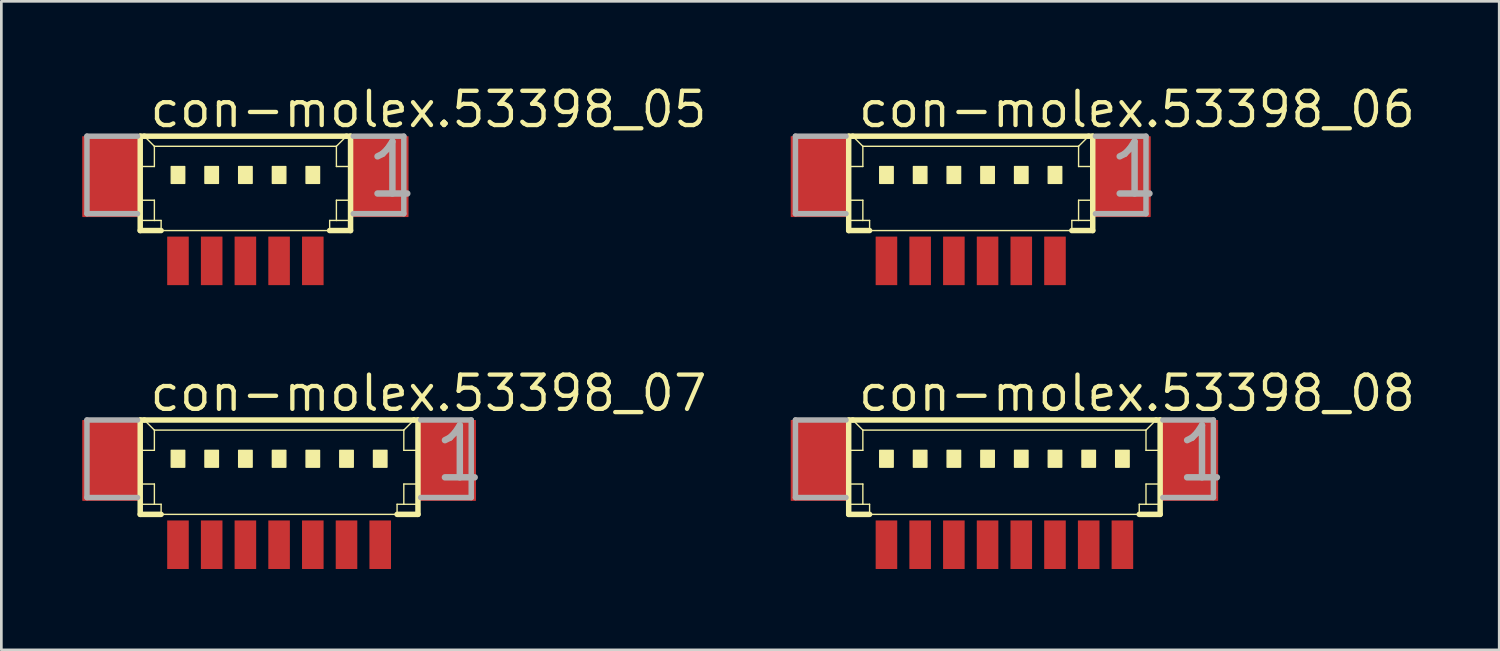
<source format=kicad_pcb>
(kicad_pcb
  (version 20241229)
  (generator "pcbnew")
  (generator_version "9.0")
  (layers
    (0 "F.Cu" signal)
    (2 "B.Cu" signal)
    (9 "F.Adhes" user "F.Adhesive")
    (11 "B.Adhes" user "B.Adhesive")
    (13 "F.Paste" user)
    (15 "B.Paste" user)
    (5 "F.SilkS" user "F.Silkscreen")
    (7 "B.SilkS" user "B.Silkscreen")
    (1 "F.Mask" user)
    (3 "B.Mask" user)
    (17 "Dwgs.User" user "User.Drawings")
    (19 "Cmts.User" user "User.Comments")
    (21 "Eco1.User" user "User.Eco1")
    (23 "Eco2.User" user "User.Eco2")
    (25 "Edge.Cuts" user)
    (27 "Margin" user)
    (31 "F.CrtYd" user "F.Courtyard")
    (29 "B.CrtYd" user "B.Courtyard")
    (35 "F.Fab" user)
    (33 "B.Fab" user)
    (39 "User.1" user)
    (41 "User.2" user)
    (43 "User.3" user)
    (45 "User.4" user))
  (footprint "con-molex.53398_06"
    (layer "F.Cu")
    (at 32.948 4.125)
    (property "Reference" "con-molex.53398_06" (at -4.25 -2.375 0) (layer "F.SilkS") (effects (font (size 1.27 1.27) (thickness 0.16)) (justify left bottom)))
    (attr smd)
    (fp_line (start -4.525 -2.125) (end -4.525 1.375) (stroke (width 0.203) (type default)) (layer "F.SilkS"))
    (fp_line (start -4.525 1.375) (end -3.75 1.375) (stroke (width 0.203) (type default)) (layer "F.SilkS"))
    (fp_line (start -4.5 -1) (end -4 -1) (stroke (width 0.051) (type default)) (layer "F.SilkS"))
    (fp_line (start -4.5 0.25) (end -4 0.25) (stroke (width 0.051) (type default)) (layer "F.SilkS"))
    (fp_line (start -4.5 1) (end -4 1) (stroke (width 0.051) (type default)) (layer "F.SilkS"))
    (fp_line (start -4.375 -2.125) (end -4.525 -2.125) (stroke (width 0.203) (type default)) (layer "F.SilkS"))
    (fp_line (start -4 -1.75) (end -4.375 -2.125) (stroke (width 0.051) (type default)) (layer "F.SilkS"))
    (fp_line (start -4 -1.75) (end 4 -1.75) (stroke (width 0.051) (type default)) (layer "F.SilkS"))
    (fp_line (start -4 -1) (end -4 -1.75) (stroke (width 0.051) (type default)) (layer "F.SilkS"))
    (fp_line (start -4 0.25) (end -4 1) (stroke (width 0.051) (type default)) (layer "F.SilkS"))
    (fp_line (start -4 1) (end -3.75 1) (stroke (width 0.051) (type default)) (layer "F.SilkS"))
    (fp_line (start -3.75 1) (end -3.75 1.375) (stroke (width 0.051) (type default)) (layer "F.SilkS"))
    (fp_line (start -3.75 1.375) (end 3.75 1.375) (stroke (width 0.051) (type default)) (layer "F.SilkS"))
    (fp_line (start 3.75 1) (end 3.75 1.375) (stroke (width 0.051) (type default)) (layer "F.SilkS"))
    (fp_line (start 3.75 1) (end 4 1) (stroke (width 0.051) (type default)) (layer "F.SilkS"))
    (fp_line (start 3.75 1.375) (end 4.525 1.375) (stroke (width 0.203) (type default)) (layer "F.SilkS"))
    (fp_line (start 4 -1.75) (end 4 -1) (stroke (width 0.051) (type default)) (layer "F.SilkS"))
    (fp_line (start 4 -1.75) (end 4.375 -2.125) (stroke (width 0.051) (type default)) (layer "F.SilkS"))
    (fp_line (start 4 -1) (end 4.5 -1) (stroke (width 0.051) (type default)) (layer "F.SilkS"))
    (fp_line (start 4 0.25) (end 4 1) (stroke (width 0.051) (type default)) (layer "F.SilkS"))
    (fp_line (start 4 0.25) (end 4.5 0.25) (stroke (width 0.051) (type default)) (layer "F.SilkS"))
    (fp_line (start 4 1) (end 4.5 1) (stroke (width 0.051) (type default)) (layer "F.SilkS"))
    (fp_line (start 4.375 -2.125) (end -4.375 -2.125) (stroke (width 0.203) (type default)) (layer "F.SilkS"))
    (fp_line (start 4.525 -2.125) (end 4.375 -2.125) (stroke (width 0.203) (type default)) (layer "F.SilkS"))
    (fp_line (start 4.525 1.375) (end 4.525 -2.125) (stroke (width 0.203) (type default)) (layer "F.SilkS"))
    (fp_rect (start -3.375 -0.375) (end -2.875 -1) (stroke (width 0.05) (type default)) (fill yes) (layer "F.SilkS"))
    (fp_rect (start -2.125 -0.375) (end -1.625 -1) (stroke (width 0.05) (type default)) (fill yes) (layer "F.SilkS"))
    (fp_rect (start -0.875 -0.375) (end -0.375 -1) (stroke (width 0.05) (type default)) (fill yes) (layer "F.SilkS"))
    (fp_rect (start 0.375 -0.375) (end 0.875 -1) (stroke (width 0.05) (type default)) (fill yes) (layer "F.SilkS"))
    (fp_rect (start 1.625 -0.375) (end 2.125 -1) (stroke (width 0.05) (type default)) (fill yes) (layer "F.SilkS"))
    (fp_rect (start 2.875 -0.375) (end 3.375 -1) (stroke (width 0.05) (type default)) (fill yes) (layer "F.SilkS"))
    (fp_line (start -6.5 -2.125) (end -6.5 0.75) (stroke (width 0.203) (type default)) (layer "F.Fab"))
    (fp_line (start -6.5 0.75) (end -4.625 0.75) (stroke (width 0.203) (type default)) (layer "F.Fab"))
    (fp_line (start -4.625 -2.125) (end -6.5 -2.125) (stroke (width 0.203) (type default)) (layer "F.Fab"))
    (fp_line (start 4.625 0.75) (end 6.5 0.75) (stroke (width 0.203) (type default)) (layer "F.Fab"))
    (fp_line (start 6.5 -2.125) (end 4.625 -2.125) (stroke (width 0.203) (type default)) (layer "F.Fab"))
    (fp_line (start 6.5 0.75) (end 6.5 -2.125) (stroke (width 0.203) (type default)) (layer "F.Fab"))
    (fp_text user "1" (at 5 0.25 0) (layer "F.Fab") (effects (font (size 1.93 1.93) (thickness 0.24)) (justify left bottom)))
    (pad "1" smd roundrect (at 3.125 2.5) (size 0.8 1.8) (layers "F.Cu" "F.Mask" "F.Paste") (roundrect_rratio 0.01))
    (pad "2" smd roundrect (at 1.875 2.5) (size 0.8 1.8) (layers "F.Cu" "F.Mask" "F.Paste") (roundrect_rratio 0.01))
    (pad "3" smd roundrect (at 0.625 2.5) (size 0.8 1.8) (layers "F.Cu" "F.Mask" "F.Paste") (roundrect_rratio 0.01))
    (pad "4" smd roundrect (at -0.625 2.5) (size 0.8 1.8) (layers "F.Cu" "F.Mask" "F.Paste") (roundrect_rratio 0.01))
    (pad "5" smd roundrect (at -1.875 2.5) (size 0.8 1.8) (layers "F.Cu" "F.Mask" "F.Paste") (roundrect_rratio 0.01))
    (pad "6" smd roundrect (at -3.125 2.5) (size 0.8 1.8) (layers "F.Cu" "F.Mask" "F.Paste") (roundrect_rratio 0.01))
    (pad "S1" smd roundrect (at 5.625 -0.625) (size 2.1 3) (layers "F.Cu" "F.Mask" "F.Paste") (roundrect_rratio 0.01))
    (pad "S2" smd roundrect (at -5.625 -0.625) (size 2.1 3) (layers "F.Cu" "F.Mask" "F.Paste") (roundrect_rratio 0.01)))
  (footprint "con-molex.53398_07"
    (layer "F.Cu")
    (at 7.3 14.65)
    (property "Reference" "con-molex.53398_07" (at -4.875 -2.375 0) (layer "F.SilkS") (effects (font (size 1.27 1.27) (thickness 0.16)) (justify left bottom)))
    (attr smd)
    (fp_line (start -5.15 -2.125) (end -5.15 1.375) (stroke (width 0.203) (type default)) (layer "F.SilkS"))
    (fp_line (start -5.15 1.375) (end -4.375 1.375) (stroke (width 0.203) (type default)) (layer "F.SilkS"))
    (fp_line (start -5.125 -1) (end -4.625 -1) (stroke (width 0.051) (type default)) (layer "F.SilkS"))
    (fp_line (start -5.125 0.25) (end -4.625 0.25) (stroke (width 0.051) (type default)) (layer "F.SilkS"))
    (fp_line (start -5.125 1) (end -4.625 1) (stroke (width 0.051) (type default)) (layer "F.SilkS"))
    (fp_line (start -5 -2.125) (end -5.15 -2.125) (stroke (width 0.203) (type default)) (layer "F.SilkS"))
    (fp_line (start -4.625 -1.75) (end -5 -2.125) (stroke (width 0.051) (type default)) (layer "F.SilkS"))
    (fp_line (start -4.625 -1.75) (end 4.625 -1.75) (stroke (width 0.051) (type default)) (layer "F.SilkS"))
    (fp_line (start -4.625 -1) (end -4.625 -1.75) (stroke (width 0.051) (type default)) (layer "F.SilkS"))
    (fp_line (start -4.625 0.25) (end -4.625 1) (stroke (width 0.051) (type default)) (layer "F.SilkS"))
    (fp_line (start -4.625 1) (end -4.375 1) (stroke (width 0.051) (type default)) (layer "F.SilkS"))
    (fp_line (start -4.375 1) (end -4.375 1.375) (stroke (width 0.051) (type default)) (layer "F.SilkS"))
    (fp_line (start -4.375 1.375) (end 4.375 1.375) (stroke (width 0.051) (type default)) (layer "F.SilkS"))
    (fp_line (start 4.375 1) (end 4.375 1.375) (stroke (width 0.051) (type default)) (layer "F.SilkS"))
    (fp_line (start 4.375 1) (end 4.625 1) (stroke (width 0.051) (type default)) (layer "F.SilkS"))
    (fp_line (start 4.375 1.375) (end 5.15 1.375) (stroke (width 0.203) (type default)) (layer "F.SilkS"))
    (fp_line (start 4.625 -1.75) (end 4.625 -1) (stroke (width 0.051) (type default)) (layer "F.SilkS"))
    (fp_line (start 4.625 -1.75) (end 5 -2.125) (stroke (width 0.051) (type default)) (layer "F.SilkS"))
    (fp_line (start 4.625 -1) (end 5.125 -1) (stroke (width 0.051) (type default)) (layer "F.SilkS"))
    (fp_line (start 4.625 0.25) (end 4.625 1) (stroke (width 0.051) (type default)) (layer "F.SilkS"))
    (fp_line (start 4.625 0.25) (end 5.125 0.25) (stroke (width 0.051) (type default)) (layer "F.SilkS"))
    (fp_line (start 4.625 1) (end 5.125 1) (stroke (width 0.051) (type default)) (layer "F.SilkS"))
    (fp_line (start 5 -2.125) (end -5 -2.125) (stroke (width 0.203) (type default)) (layer "F.SilkS"))
    (fp_line (start 5.15 -2.125) (end 5 -2.125) (stroke (width 0.203) (type default)) (layer "F.SilkS"))
    (fp_line (start 5.15 1.375) (end 5.15 -2.125) (stroke (width 0.203) (type default)) (layer "F.SilkS"))
    (fp_rect (start -4 -0.375) (end -3.5 -1) (stroke (width 0.05) (type default)) (fill yes) (layer "F.SilkS"))
    (fp_rect (start -2.75 -0.375) (end -2.25 -1) (stroke (width 0.05) (type default)) (fill yes) (layer "F.SilkS"))
    (fp_rect (start -1.5 -0.375) (end -1 -1) (stroke (width 0.05) (type default)) (fill yes) (layer "F.SilkS"))
    (fp_rect (start -0.25 -0.375) (end 0.25 -1) (stroke (width 0.05) (type default)) (fill yes) (layer "F.SilkS"))
    (fp_rect (start 1 -0.375) (end 1.5 -1) (stroke (width 0.05) (type default)) (fill yes) (layer "F.SilkS"))
    (fp_rect (start 2.25 -0.375) (end 2.75 -1) (stroke (width 0.05) (type default)) (fill yes) (layer "F.SilkS"))
    (fp_rect (start 3.5 -0.375) (end 4 -1) (stroke (width 0.05) (type default)) (fill yes) (layer "F.SilkS"))
    (fp_line (start -7.125 -2.125) (end -7.125 0.75) (stroke (width 0.203) (type default)) (layer "F.Fab"))
    (fp_line (start -7.125 0.75) (end -5.25 0.75) (stroke (width 0.203) (type default)) (layer "F.Fab"))
    (fp_line (start -5.25 -2.125) (end -7.125 -2.125) (stroke (width 0.203) (type default)) (layer "F.Fab"))
    (fp_line (start 5.25 0.75) (end 7.125 0.75) (stroke (width 0.203) (type default)) (layer "F.Fab"))
    (fp_line (start 7.125 -2.125) (end 5.25 -2.125) (stroke (width 0.203) (type default)) (layer "F.Fab"))
    (fp_line (start 7.125 0.75) (end 7.125 -2.125) (stroke (width 0.203) (type default)) (layer "F.Fab"))
    (fp_text user "1" (at 5.625 0.25 0) (layer "F.Fab") (effects (font (size 1.93 1.93) (thickness 0.24)) (justify left bottom)))
    (pad "1" smd roundrect (at 3.75 2.5) (size 0.8 1.8) (layers "F.Cu" "F.Mask" "F.Paste") (roundrect_rratio 0.01))
    (pad "2" smd roundrect (at 2.5 2.5) (size 0.8 1.8) (layers "F.Cu" "F.Mask" "F.Paste") (roundrect_rratio 0.01))
    (pad "3" smd roundrect (at 1.25 2.5) (size 0.8 1.8) (layers "F.Cu" "F.Mask" "F.Paste") (roundrect_rratio 0.01))
    (pad "4" smd roundrect (at 0 2.5) (size 0.8 1.8) (layers "F.Cu" "F.Mask" "F.Paste") (roundrect_rratio 0.01))
    (pad "5" smd roundrect (at -1.25 2.5) (size 0.8 1.8) (layers "F.Cu" "F.Mask" "F.Paste") (roundrect_rratio 0.01))
    (pad "6" smd roundrect (at -2.5 2.5) (size 0.8 1.8) (layers "F.Cu" "F.Mask" "F.Paste") (roundrect_rratio 0.01))
    (pad "7" smd roundrect (at -3.75 2.5) (size 0.8 1.8) (layers "F.Cu" "F.Mask" "F.Paste") (roundrect_rratio 0.01))
    (pad "S1" smd roundrect (at 6.25 -0.625) (size 2.1 3) (layers "F.Cu" "F.Mask" "F.Paste") (roundrect_rratio 0.01))
    (pad "S2" smd roundrect (at -6.25 -0.625) (size 2.1 3) (layers "F.Cu" "F.Mask" "F.Paste") (roundrect_rratio 0.01)))
  (footprint "con-molex.53398_05"
    (layer "F.Cu")
    (at 6.05 4.125)
    (property "Reference" "con-molex.53398_05" (at -3.625 -2.375 0) (layer "F.SilkS") (effects (font (size 1.27 1.27) (thickness 0.16)) (justify left bottom)))
    (attr smd)
    (fp_line (start -3.9 -2.125) (end -3.9 1.375) (stroke (width 0.203) (type default)) (layer "F.SilkS"))
    (fp_line (start -3.9 1.375) (end -3.125 1.375) (stroke (width 0.203) (type default)) (layer "F.SilkS"))
    (fp_line (start -3.875 -1) (end -3.375 -1) (stroke (width 0.051) (type default)) (layer "F.SilkS"))
    (fp_line (start -3.875 0.25) (end -3.375 0.25) (stroke (width 0.051) (type default)) (layer "F.SilkS"))
    (fp_line (start -3.875 1) (end -3.375 1) (stroke (width 0.051) (type default)) (layer "F.SilkS"))
    (fp_line (start -3.75 -2.125) (end -3.9 -2.125) (stroke (width 0.203) (type default)) (layer "F.SilkS"))
    (fp_line (start -3.375 -1.75) (end -3.75 -2.125) (stroke (width 0.051) (type default)) (layer "F.SilkS"))
    (fp_line (start -3.375 -1.75) (end 3.375 -1.75) (stroke (width 0.051) (type default)) (layer "F.SilkS"))
    (fp_line (start -3.375 -1) (end -3.375 -1.75) (stroke (width 0.051) (type default)) (layer "F.SilkS"))
    (fp_line (start -3.375 0.25) (end -3.375 1) (stroke (width 0.051) (type default)) (layer "F.SilkS"))
    (fp_line (start -3.375 1) (end -3.125 1) (stroke (width 0.051) (type default)) (layer "F.SilkS"))
    (fp_line (start -3.125 1) (end -3.125 1.375) (stroke (width 0.051) (type default)) (layer "F.SilkS"))
    (fp_line (start -3.125 1.375) (end 3.125 1.375) (stroke (width 0.051) (type default)) (layer "F.SilkS"))
    (fp_line (start 3.125 1) (end 3.125 1.375) (stroke (width 0.051) (type default)) (layer "F.SilkS"))
    (fp_line (start 3.125 1) (end 3.375 1) (stroke (width 0.051) (type default)) (layer "F.SilkS"))
    (fp_line (start 3.125 1.375) (end 3.9 1.375) (stroke (width 0.203) (type default)) (layer "F.SilkS"))
    (fp_line (start 3.375 -1.75) (end 3.375 -1) (stroke (width 0.051) (type default)) (layer "F.SilkS"))
    (fp_line (start 3.375 -1.75) (end 3.75 -2.125) (stroke (width 0.051) (type default)) (layer "F.SilkS"))
    (fp_line (start 3.375 -1) (end 3.875 -1) (stroke (width 0.051) (type default)) (layer "F.SilkS"))
    (fp_line (start 3.375 0.25) (end 3.375 1) (stroke (width 0.051) (type default)) (layer "F.SilkS"))
    (fp_line (start 3.375 0.25) (end 3.875 0.25) (stroke (width 0.051) (type default)) (layer "F.SilkS"))
    (fp_line (start 3.375 1) (end 3.875 1) (stroke (width 0.051) (type default)) (layer "F.SilkS"))
    (fp_line (start 3.75 -2.125) (end -3.75 -2.125) (stroke (width 0.203) (type default)) (layer "F.SilkS"))
    (fp_line (start 3.9 -2.125) (end 3.75 -2.125) (stroke (width 0.203) (type default)) (layer "F.SilkS"))
    (fp_line (start 3.9 1.375) (end 3.9 -2.125) (stroke (width 0.203) (type default)) (layer "F.SilkS"))
    (fp_rect (start -2.75 -0.375) (end -2.25 -1) (stroke (width 0.05) (type default)) (fill yes) (layer "F.SilkS"))
    (fp_rect (start -1.5 -0.375) (end -1 -1) (stroke (width 0.05) (type default)) (fill yes) (layer "F.SilkS"))
    (fp_rect (start -0.25 -0.375) (end 0.25 -1) (stroke (width 0.05) (type default)) (fill yes) (layer "F.SilkS"))
    (fp_rect (start 1 -0.375) (end 1.5 -1) (stroke (width 0.05) (type default)) (fill yes) (layer "F.SilkS"))
    (fp_rect (start 2.25 -0.375) (end 2.75 -1) (stroke (width 0.05) (type default)) (fill yes) (layer "F.SilkS"))
    (fp_line (start -5.875 -2.125) (end -5.875 0.75) (stroke (width 0.203) (type default)) (layer "F.Fab"))
    (fp_line (start -5.875 0.75) (end -4 0.75) (stroke (width 0.203) (type default)) (layer "F.Fab"))
    (fp_line (start -4 -2.125) (end -5.875 -2.125) (stroke (width 0.203) (type default)) (layer "F.Fab"))
    (fp_line (start 4 0.75) (end 5.875 0.75) (stroke (width 0.203) (type default)) (layer "F.Fab"))
    (fp_line (start 5.875 -2.125) (end 4 -2.125) (stroke (width 0.203) (type default)) (layer "F.Fab"))
    (fp_line (start 5.875 0.75) (end 5.875 -2.125) (stroke (width 0.203) (type default)) (layer "F.Fab"))
    (fp_text user "1" (at 4.375 0.25 0) (layer "F.Fab") (effects (font (size 1.93 1.93) (thickness 0.24)) (justify left bottom)))
    (pad "1" smd roundrect (at 2.5 2.5) (size 0.8 1.8) (layers "F.Cu" "F.Mask" "F.Paste") (roundrect_rratio 0.01))
    (pad "2" smd roundrect (at 1.25 2.5) (size 0.8 1.8) (layers "F.Cu" "F.Mask" "F.Paste") (roundrect_rratio 0.01))
    (pad "3" smd roundrect (at 0 2.5) (size 0.8 1.8) (layers "F.Cu" "F.Mask" "F.Paste") (roundrect_rratio 0.01))
    (pad "4" smd roundrect (at -1.25 2.5) (size 0.8 1.8) (layers "F.Cu" "F.Mask" "F.Paste") (roundrect_rratio 0.01))
    (pad "5" smd roundrect (at -2.5 2.5) (size 0.8 1.8) (layers "F.Cu" "F.Mask" "F.Paste") (roundrect_rratio 0.01))
    (pad "S1" smd roundrect (at 5 -0.625) (size 2.1 3) (layers "F.Cu" "F.Mask" "F.Paste") (roundrect_rratio 0.01))
    (pad "S2" smd roundrect (at -5 -0.625) (size 2.1 3) (layers "F.Cu" "F.Mask" "F.Paste") (roundrect_rratio 0.01)))
  (footprint "con-molex.53398_08"
    (layer "F.Cu")
    (at 34.198 14.65)
    (property "Reference" "con-molex.53398_08" (at -5.5 -2.375 0) (layer "F.SilkS") (effects (font (size 1.27 1.27) (thickness 0.16)) (justify left bottom)))
    (attr smd)
    (fp_line (start -5.775 -2.125) (end -5.775 1.375) (stroke (width 0.203) (type default)) (layer "F.SilkS"))
    (fp_line (start -5.775 1.375) (end -5 1.375) (stroke (width 0.203) (type default)) (layer "F.SilkS"))
    (fp_line (start -5.75 -1) (end -5.25 -1) (stroke (width 0.051) (type default)) (layer "F.SilkS"))
    (fp_line (start -5.75 0.25) (end -5.25 0.25) (stroke (width 0.051) (type default)) (layer "F.SilkS"))
    (fp_line (start -5.75 1) (end -5.25 1) (stroke (width 0.051) (type default)) (layer "F.SilkS"))
    (fp_line (start -5.625 -2.125) (end -5.775 -2.125) (stroke (width 0.203) (type default)) (layer "F.SilkS"))
    (fp_line (start -5.25 -1.75) (end -5.625 -2.125) (stroke (width 0.051) (type default)) (layer "F.SilkS"))
    (fp_line (start -5.25 -1.75) (end 5.25 -1.75) (stroke (width 0.051) (type default)) (layer "F.SilkS"))
    (fp_line (start -5.25 -1) (end -5.25 -1.75) (stroke (width 0.051) (type default)) (layer "F.SilkS"))
    (fp_line (start -5.25 0.25) (end -5.25 1) (stroke (width 0.051) (type default)) (layer "F.SilkS"))
    (fp_line (start -5.25 1) (end -5 1) (stroke (width 0.051) (type default)) (layer "F.SilkS"))
    (fp_line (start -5 1) (end -5 1.375) (stroke (width 0.051) (type default)) (layer "F.SilkS"))
    (fp_line (start -5 1.375) (end 5 1.375) (stroke (width 0.051) (type default)) (layer "F.SilkS"))
    (fp_line (start 5 1) (end 5 1.375) (stroke (width 0.051) (type default)) (layer "F.SilkS"))
    (fp_line (start 5 1) (end 5.25 1) (stroke (width 0.051) (type default)) (layer "F.SilkS"))
    (fp_line (start 5 1.375) (end 5.775 1.375) (stroke (width 0.203) (type default)) (layer "F.SilkS"))
    (fp_line (start 5.25 -1.75) (end 5.25 -1) (stroke (width 0.051) (type default)) (layer "F.SilkS"))
    (fp_line (start 5.25 -1.75) (end 5.625 -2.125) (stroke (width 0.051) (type default)) (layer "F.SilkS"))
    (fp_line (start 5.25 -1) (end 5.75 -1) (stroke (width 0.051) (type default)) (layer "F.SilkS"))
    (fp_line (start 5.25 0.25) (end 5.25 1) (stroke (width 0.051) (type default)) (layer "F.SilkS"))
    (fp_line (start 5.25 0.25) (end 5.75 0.25) (stroke (width 0.051) (type default)) (layer "F.SilkS"))
    (fp_line (start 5.25 1) (end 5.75 1) (stroke (width 0.051) (type default)) (layer "F.SilkS"))
    (fp_line (start 5.625 -2.125) (end -5.625 -2.125) (stroke (width 0.203) (type default)) (layer "F.SilkS"))
    (fp_line (start 5.775 -2.125) (end 5.625 -2.125) (stroke (width 0.203) (type default)) (layer "F.SilkS"))
    (fp_line (start 5.775 1.375) (end 5.775 -2.125) (stroke (width 0.203) (type default)) (layer "F.SilkS"))
    (fp_rect (start -4.625 -0.375) (end -4.125 -1) (stroke (width 0.05) (type default)) (fill yes) (layer "F.SilkS"))
    (fp_rect (start -3.375 -0.375) (end -2.875 -1) (stroke (width 0.05) (type default)) (fill yes) (layer "F.SilkS"))
    (fp_rect (start -2.125 -0.375) (end -1.625 -1) (stroke (width 0.05) (type default)) (fill yes) (layer "F.SilkS"))
    (fp_rect (start -0.875 -0.375) (end -0.375 -1) (stroke (width 0.05) (type default)) (fill yes) (layer "F.SilkS"))
    (fp_rect (start 0.375 -0.375) (end 0.875 -1) (stroke (width 0.05) (type default)) (fill yes) (layer "F.SilkS"))
    (fp_rect (start 1.625 -0.375) (end 2.125 -1) (stroke (width 0.05) (type default)) (fill yes) (layer "F.SilkS"))
    (fp_rect (start 2.875 -0.375) (end 3.375 -1) (stroke (width 0.05) (type default)) (fill yes) (layer "F.SilkS"))
    (fp_rect (start 4.125 -0.375) (end 4.625 -1) (stroke (width 0.05) (type default)) (fill yes) (layer "F.SilkS"))
    (fp_line (start -7.75 -2.125) (end -7.75 0.75) (stroke (width 0.203) (type default)) (layer "F.Fab"))
    (fp_line (start -7.75 0.75) (end -5.875 0.75) (stroke (width 0.203) (type default)) (layer "F.Fab"))
    (fp_line (start -5.875 -2.125) (end -7.75 -2.125) (stroke (width 0.203) (type default)) (layer "F.Fab"))
    (fp_line (start 5.875 0.75) (end 7.75 0.75) (stroke (width 0.203) (type default)) (layer "F.Fab"))
    (fp_line (start 7.75 -2.125) (end 5.875 -2.125) (stroke (width 0.203) (type default)) (layer "F.Fab"))
    (fp_line (start 7.75 0.75) (end 7.75 -2.125) (stroke (width 0.203) (type default)) (layer "F.Fab"))
    (fp_text user "1" (at 6.25 0.25 0) (layer "F.Fab") (effects (font (size 1.93 1.93) (thickness 0.24)) (justify left bottom)))
    (pad "1" smd roundrect (at 4.375 2.5) (size 0.8 1.8) (layers "F.Cu" "F.Mask" "F.Paste") (roundrect_rratio 0.01))
    (pad "2" smd roundrect (at 3.125 2.5) (size 0.8 1.8) (layers "F.Cu" "F.Mask" "F.Paste") (roundrect_rratio 0.01))
    (pad "3" smd roundrect (at 1.875 2.5) (size 0.8 1.8) (layers "F.Cu" "F.Mask" "F.Paste") (roundrect_rratio 0.01))
    (pad "4" smd roundrect (at 0.625 2.5) (size 0.8 1.8) (layers "F.Cu" "F.Mask" "F.Paste") (roundrect_rratio 0.01))
    (pad "5" smd roundrect (at -0.625 2.5) (size 0.8 1.8) (layers "F.Cu" "F.Mask" "F.Paste") (roundrect_rratio 0.01))
    (pad "6" smd roundrect (at -1.875 2.5) (size 0.8 1.8) (layers "F.Cu" "F.Mask" "F.Paste") (roundrect_rratio 0.01))
    (pad "7" smd roundrect (at -3.125 2.5) (size 0.8 1.8) (layers "F.Cu" "F.Mask" "F.Paste") (roundrect_rratio 0.01))
    (pad "8" smd roundrect (at -4.375 2.5) (size 0.8 1.8) (layers "F.Cu" "F.Mask" "F.Paste") (roundrect_rratio 0.01))
    (pad "S1" smd roundrect (at 6.875 -0.625) (size 2.1 3) (layers "F.Cu" "F.Mask" "F.Paste") (roundrect_rratio 0.01))
    (pad "S2" smd roundrect (at -6.875 -0.625) (size 2.1 3) (layers "F.Cu" "F.Mask" "F.Paste") (roundrect_rratio 0.01)))
  (gr_rect
    (start -3 -3)
    (end 52.547 21.05)
    (stroke (width 0.1) (type default))
    (fill no)
    (layer "Edge.Cuts")))
</source>
